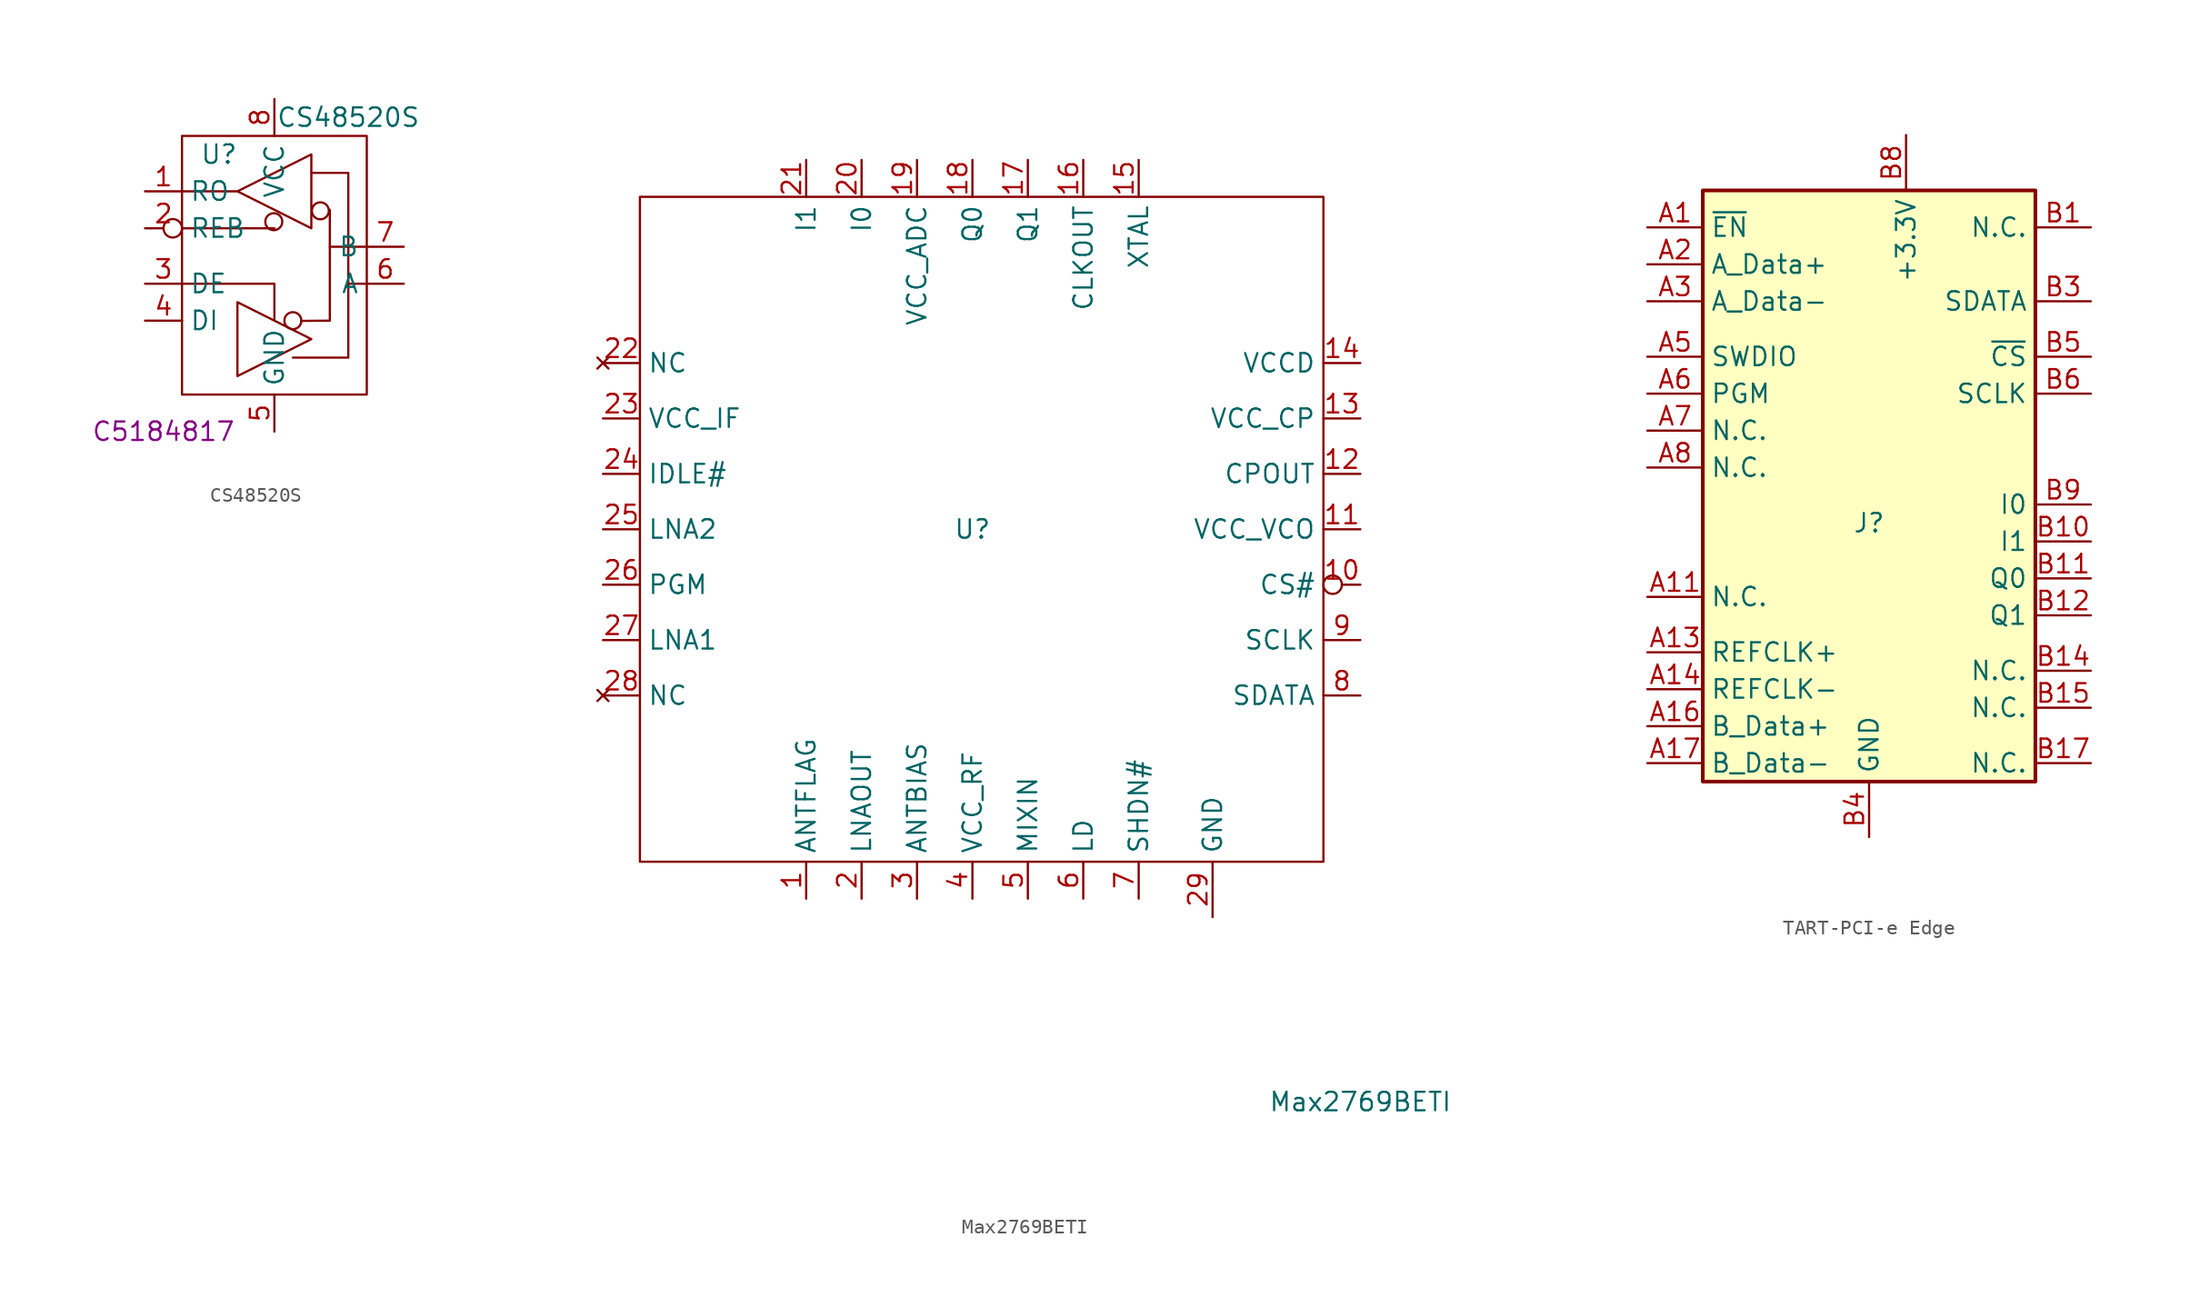
<source format=kicad_sym>
(kicad_symbol_lib
  (version 20220914)
  (generator kicad_symbol_editor)
  (symbol "CS48520S"
    (property "Reference" "U"
      (at -3.81 7.62 0)
      (effects (font (size 1.27 1.27))))
    (property "Value" "CS48520S"
      (at 5.08 10.16 0)
      (effects (font (size 1.27 1.27))))
    (property "LCSC" "C5184817"
      (at -7.62 -11.43 0)
      (effects (font (size 1.27 1.27))))
    (symbol "CS48520S_0_1"
      (rectangle (start -6.35 8.89) (end 6.35 -8.89) (stroke (width 0) (type default)) (fill (type none)))
      (polyline (pts (xy 2.54 -5.08) (xy -2.54 -2.54) (xy -2.54 -7.62) (xy 2.54 -5.08)) (stroke (width 0) (type default)) (fill (type none))))
    (symbol "CS48520S_1_1"
      (circle (center -0.042 2.993) (radius 0.584) (stroke (width 0) (type default)) (fill (type none)))
      (polyline (pts (xy -6.35 2.54) (xy 0 2.54)) (stroke (width 0) (type default)) (fill (type none)))
      (polyline (pts (xy -2.54 5.08) (xy -6.35 5.08)) (stroke (width 0) (type default)) (fill (type none)))
      (polyline (pts (xy -6.35 -1.27) (xy 0 -1.27) (xy 0 -3.81)) (stroke (width 0) (type default)) (fill (type none)))
      (polyline (pts (xy 3.81 1.27) (xy 3.81 -3.81) (xy 1.829 -3.825)) (stroke (width 0) (type default)) (fill (type none)))
      (polyline (pts (xy 5.08 -1.27) (xy 5.08 6.35) (xy 2.54 6.35)) (stroke (width 0) (type default)) (fill (type none)))
      (polyline (pts (xy 6.35 1.27) (xy 3.81 1.27) (xy 3.81 3.81)) (stroke (width 0) (type default)) (fill (type none)))
      (polyline (pts (xy 2.54 7.62) (xy -2.54 5.08) (xy 2.54 2.54) (xy 2.54 7.62)) (stroke (width 0) (type default)) (fill (type none)))
      (polyline (pts (xy 6.35 -1.27) (xy 5.08 -1.27) (xy 5.08 -6.35) (xy 1.27 -6.35)) (stroke (width 0) (type default)) (fill (type none)))
      (circle (center 1.27 -3.81) (radius 0.584) (stroke (width 0) (type default)) (fill (type none)))
      (circle (center 3.159 3.741) (radius 0.584) (stroke (width 0) (type default)) (fill (type none)))
      (pin output line (at -8.89 5.08 0) (length 2.54) (name "RO" (effects (font (size 1.27 1.27)))) (number "1" (effects (font (size 1.27 1.27)))))
      (pin input inverted (at -8.89 2.54 0) (length 2.54) (name "REB" (effects (font (size 1.27 1.27)))) (number "2" (effects (font (size 1.27 1.27)))))
      (pin input line (at -8.89 -1.27 0) (length 2.54) (name "DE" (effects (font (size 1.27 1.27)))) (number "3" (effects (font (size 1.27 1.27)))))
      (pin input line (at -8.89 -3.81 0) (length 2.54) (name "DI" (effects (font (size 1.27 1.27)))) (number "4" (effects (font (size 1.27 1.27)))))
      (pin power_in line (at 0 -11.43 90) (length 2.54) (name "GND" (effects (font (size 1.27 1.27)))) (number "5" (effects (font (size 1.27 1.27)))))
      (pin bidirectional line (at 8.89 -1.27 180) (length 2.54) (name "A" (effects (font (size 1.27 1.27)))) (number "6" (effects (font (size 1.27 1.27)))))
      (pin bidirectional line (at 8.89 1.27 180) (length 2.54) (name "B" (effects (font (size 1.27 1.27)))) (number "7" (effects (font (size 1.27 1.27)))))
      (pin power_in line (at 0 11.43 270) (length 2.54) (name "VCC" (effects (font (size 1.27 1.27)))) (number "8" (effects (font (size 1.27 1.27)))))))
  (symbol "Max2769BETI"
    (property "Reference" "U"
      (at 0 0 0)
      (effects (font (size 1.27 1.27))))
    (property "Value" "Max2769BETI"
      (at 26.67 -39.37 0)
      (effects (font (size 1.27 1.27))))
    (symbol "Max2769BETI_0_0"
      (pin unspecified line (at -11.43 -25.4 90) (length 2.54) (name "ANTFLAG" (effects (font (size 1.27 1.27)))) (number "1" (effects (font (size 1.27 1.27)))))
      (pin power_in line (at 26.67 0 180) (length 2.54) (name "VCC_VCO" (effects (font (size 1.27 1.27)))) (number "11" (effects (font (size 1.27 1.27)))))
      (pin output line (at 26.67 3.81 180) (length 2.54) (name "CPOUT" (effects (font (size 1.27 1.27)))) (number "12" (effects (font (size 1.27 1.27)))))
      (pin power_in line (at 26.67 7.62 180) (length 2.54) (name "VCC_CP" (effects (font (size 1.27 1.27)))) (number "13" (effects (font (size 1.27 1.27)))))
      (pin power_in line (at 26.67 11.43 180) (length 2.54) (name "VCCD" (effects (font (size 1.27 1.27)))) (number "14" (effects (font (size 1.27 1.27)))))
      (pin input line (at 11.43 25.4 270) (length 2.54) (name "XTAL" (effects (font (size 1.27 1.27)))) (number "15" (effects (font (size 1.27 1.27)))))
      (pin output line (at 7.62 25.4 270) (length 2.54) (name "CLKOUT" (effects (font (size 1.27 1.27)))) (number "16" (effects (font (size 1.27 1.27)))))
      (pin output line (at 3.81 25.4 270) (length 2.54) (name "Q1" (effects (font (size 1.27 1.27)))) (number "17" (effects (font (size 1.27 1.27)))))
      (pin output line (at 0 25.4 270) (length 2.54) (name "Q0" (effects (font (size 1.27 1.27)))) (number "18" (effects (font (size 1.27 1.27)))))
      (pin unspecified line (at -7.62 -25.4 90) (length 2.54) (name "LNAOUT" (effects (font (size 1.27 1.27)))) (number "2" (effects (font (size 1.27 1.27)))))
      (pin output line (at -7.62 25.4 270) (length 2.54) (name "I0" (effects (font (size 1.27 1.27)))) (number "20" (effects (font (size 1.27 1.27)))))
      (pin output line (at -11.43 25.4 270) (length 2.54) (name "I1" (effects (font (size 1.27 1.27)))) (number "21" (effects (font (size 1.27 1.27)))))
      (pin no_connect line (at -25.4 11.43 0) (length 2.54) (name "NC" (effects (font (size 1.27 1.27)))) (number "22" (effects (font (size 1.27 1.27)))))
      (pin power_in line (at -25.4 7.62 0) (length 2.54) (name "VCC_IF" (effects (font (size 1.27 1.27)))) (number "23" (effects (font (size 1.27 1.27)))))
      (pin input line (at -25.4 3.81 0) (length 2.54) (name "IDLE#" (effects (font (size 1.27 1.27)))) (number "24" (effects (font (size 1.27 1.27)))))
      (pin input line (at -25.4 0 0) (length 2.54) (name "LNA2" (effects (font (size 1.27 1.27)))) (number "25" (effects (font (size 1.27 1.27)))))
      (pin input line (at -25.4 -3.81 0) (length 2.54) (name "PGM" (effects (font (size 1.27 1.27)))) (number "26" (effects (font (size 1.27 1.27)))))
      (pin input line (at -25.4 -7.62 0) (length 2.54) (name "LNA1" (effects (font (size 1.27 1.27)))) (number "27" (effects (font (size 1.27 1.27)))))
      (pin no_connect line (at -25.4 -11.43 0) (length 2.54) (name "NC" (effects (font (size 1.27 1.27)))) (number "28" (effects (font (size 1.27 1.27)))))
      (pin unspecified line (at -3.81 -25.4 90) (length 2.54) (name "ANTBIAS" (effects (font (size 1.27 1.27)))) (number "3" (effects (font (size 1.27 1.27)))))
      (pin unspecified line (at 0 -25.4 90) (length 2.54) (name "VCC_RF" (effects (font (size 1.27 1.27)))) (number "4" (effects (font (size 1.27 1.27)))))
      (pin unspecified line (at 3.81 -25.4 90) (length 2.54) (name "MIXIN" (effects (font (size 1.27 1.27)))) (number "5" (effects (font (size 1.27 1.27)))))
      (pin unspecified line (at 7.62 -25.4 90) (length 2.54) (name "LD" (effects (font (size 1.27 1.27)))) (number "6" (effects (font (size 1.27 1.27)))))
      (pin unspecified line (at 11.43 -25.4 90) (length 2.54) (name "SHDN#" (effects (font (size 1.27 1.27)))) (number "7" (effects (font (size 1.27 1.27)))))
      (pin unspecified line (at 26.67 -11.43 180) (length 2.54) (name "SDATA" (effects (font (size 1.27 1.27)))) (number "8" (effects (font (size 1.27 1.27)))))
      (pin input line (at 26.67 -7.62 180) (length 2.54) (name "SCLK" (effects (font (size 1.27 1.27)))) (number "9" (effects (font (size 1.27 1.27))))))
    (symbol "Max2769BETI_0_1"
      (rectangle (start -22.86 22.86) (end 24.13 -22.86) (stroke (width 0) (type default)) (fill (type none))))
    (symbol "Max2769BETI_1_0"
      (pin input inverted (at 26.67 -3.81 180) (length 2.54) (name "CS#" (effects (font (size 1.27 1.27)))) (number "10" (effects (font (size 1.27 1.27)))))
      (pin power_in line (at -3.81 25.4 270) (length 2.54) (name "VCC_ADC" (effects (font (size 1.27 1.27)))) (number "19" (effects (font (size 1.27 1.27))))))
    (symbol "Max2769BETI_1_1"
      (pin power_in line (at 16.51 -26.67 90) (length 3.81) (name "GND" (effects (font (size 1.27 1.27)))) (number "29" (effects (font (size 1.27 1.27)))))))
  (symbol "TART-PCI-e Edge"
    (property "Reference" "J"
      (at 0 0 0)
      (effects (font (size 1.27 1.27))))
    (property "Value" ""
      (at 0 0 0)
      (effects (font (size 1.27 1.27))))
    (symbol "TART-PCI-e Edge_0_1"
      (rectangle (start -11.43 22.86) (end 11.43 -17.78) (stroke (width 0.254) (type default)) (fill (type background))))
    (symbol "TART-PCI-e Edge_1_1"
      (pin passive line (at -15.24 20.32 0) (length 3.81) (name "~{EN}" (effects (font (size 1.27 1.27)))) (number "A1" (effects (font (size 1.27 1.27)))))
      (pin passive line (at 2.54 26.67 270) (length 3.81) hide (name "+3.3V" (effects (font (size 1.27 1.27)))) (number "A10" (effects (font (size 1.27 1.27)))))
      (pin input line (at -15.24 -5.08 0) (length 3.81) (name "N.C." (effects (font (size 1.27 1.27)))) (number "A11" (effects (font (size 1.27 1.27)))))
      (pin passive line (at 0 -21.59 90) (length 3.81) hide (name "GND" (effects (font (size 1.27 1.27)))) (number "A12" (effects (font (size 1.27 1.27)))))
      (pin input line (at -15.24 -8.89 0) (length 3.81) (name "REFCLK+" (effects (font (size 1.27 1.27)))) (number "A13" (effects (font (size 1.27 1.27)))))
      (pin input line (at -15.24 -11.43 0) (length 3.81) (name "REFCLK-" (effects (font (size 1.27 1.27)))) (number "A14" (effects (font (size 1.27 1.27)))))
      (pin passive line (at 0 -21.59 90) (length 3.81) hide (name "GND" (effects (font (size 1.27 1.27)))) (number "A15" (effects (font (size 1.27 1.27)))))
      (pin output line (at -15.24 -13.97 0) (length 3.81) (name "B_Data+" (effects (font (size 1.27 1.27)))) (number "A16" (effects (font (size 1.27 1.27)))))
      (pin output line (at -15.24 -16.51 0) (length 3.81) (name "B_Data-" (effects (font (size 1.27 1.27)))) (number "A17" (effects (font (size 1.27 1.27)))))
      (pin passive line (at 0 -21.59 90) (length 3.81) hide (name "GND" (effects (font (size 1.27 1.27)))) (number "A18" (effects (font (size 1.27 1.27)))))
      (pin output line (at -15.24 17.78 0) (length 3.81) (name "A_Data+" (effects (font (size 1.27 1.27)))) (number "A2" (effects (font (size 1.27 1.27)))))
      (pin output line (at -15.24 15.24 0) (length 3.81) (name "A_Data-" (effects (font (size 1.27 1.27)))) (number "A3" (effects (font (size 1.27 1.27)))))
      (pin passive line (at 0 -21.59 90) (length 3.81) hide (name "GND" (effects (font (size 1.27 1.27)))) (number "A4" (effects (font (size 1.27 1.27)))))
      (pin input line (at -15.24 11.43 0) (length 3.81) (name "SWDIO" (effects (font (size 1.27 1.27)))) (number "A5" (effects (font (size 1.27 1.27)))))
      (pin input line (at -15.24 8.89 0) (length 3.81) (name "PGM" (effects (font (size 1.27 1.27)))) (number "A6" (effects (font (size 1.27 1.27)))))
      (pin output line (at -15.24 6.35 0) (length 3.81) (name "N.C." (effects (font (size 1.27 1.27)))) (number "A7" (effects (font (size 1.27 1.27)))))
      (pin input line (at -15.24 3.81 0) (length 3.81) (name "N.C." (effects (font (size 1.27 1.27)))) (number "A8" (effects (font (size 1.27 1.27)))))
      (pin passive line (at 2.54 26.67 270) (length 3.81) hide (name "+3.3V" (effects (font (size 1.27 1.27)))) (number "A9" (effects (font (size 1.27 1.27)))))
      (pin passive line (at 15.24 20.32 180) (length 3.81) (name "N.C." (effects (font (size 1.27 1.27)))) (number "B1" (effects (font (size 1.27 1.27)))))
      (pin passive line (at 15.24 -1.27 180) (length 3.81) (name "I1" (effects (font (size 1.27 1.27)))) (number "B10" (effects (font (size 1.27 1.27)))))
      (pin open_collector line (at 15.24 -3.81 180) (length 3.81) (name "Q0" (effects (font (size 1.27 1.27)))) (number "B11" (effects (font (size 1.27 1.27)))))
      (pin passive line (at 15.24 -6.35 180) (length 3.81) (name "Q1" (effects (font (size 1.27 1.27)))) (number "B12" (effects (font (size 1.27 1.27)))))
      (pin passive line (at 0 -21.59 90) (length 3.81) hide (name "GND" (effects (font (size 1.27 1.27)))) (number "B13" (effects (font (size 1.27 1.27)))))
      (pin passive line (at 15.24 -10.16 180) (length 3.81) (name "N.C." (effects (font (size 1.27 1.27)))) (number "B14" (effects (font (size 1.27 1.27)))))
      (pin passive line (at 15.24 -12.7 180) (length 3.81) (name "N.C." (effects (font (size 1.27 1.27)))) (number "B15" (effects (font (size 1.27 1.27)))))
      (pin passive line (at 0 -21.59 90) (length 3.81) hide (name "GND" (effects (font (size 1.27 1.27)))) (number "B16" (effects (font (size 1.27 1.27)))))
      (pin passive line (at 15.24 -16.51 180) (length 3.81) (name "N.C." (effects (font (size 1.27 1.27)))) (number "B17" (effects (font (size 1.27 1.27)))))
      (pin passive line (at 0 -21.59 90) (length 3.81) hide (name "GND" (effects (font (size 1.27 1.27)))) (number "B18" (effects (font (size 1.27 1.27)))))
      (pin passive line (at 15.24 17.78 180) (length 3.81) hide (name "N.C." (effects (font (size 1.27 1.27)))) (number "B2" (effects (font (size 1.27 1.27)))))
      (pin input line (at 15.24 15.24 180) (length 3.81) (name "SDATA" (effects (font (size 1.27 1.27)))) (number "B3" (effects (font (size 1.27 1.27)))))
      (pin power_in line (at 0 -21.59 90) (length 3.81) (name "GND" (effects (font (size 1.27 1.27)))) (number "B4" (effects (font (size 1.27 1.27)))))
      (pin input line (at 15.24 11.43 180) (length 3.81) (name "~{CS}" (effects (font (size 1.27 1.27)))) (number "B5" (effects (font (size 1.27 1.27)))))
      (pin input line (at 15.24 8.89 180) (length 3.81) (name "SCLK" (effects (font (size 1.27 1.27)))) (number "B6" (effects (font (size 1.27 1.27)))))
      (pin passive line (at 0 -21.59 90) (length 3.81) hide (name "GND" (effects (font (size 1.27 1.27)))) (number "B7" (effects (font (size 1.27 1.27)))))
      (pin power_in line (at 2.54 26.67 270) (length 3.81) (name "+3.3V" (effects (font (size 1.27 1.27)))) (number "B8" (effects (font (size 1.27 1.27)))))
      (pin output line (at 15.24 1.27 180) (length 3.81) (name "I0" (effects (font (size 1.27 1.27)))) (number "B9" (effects (font (size 1.27 1.27))))))))
</source>
